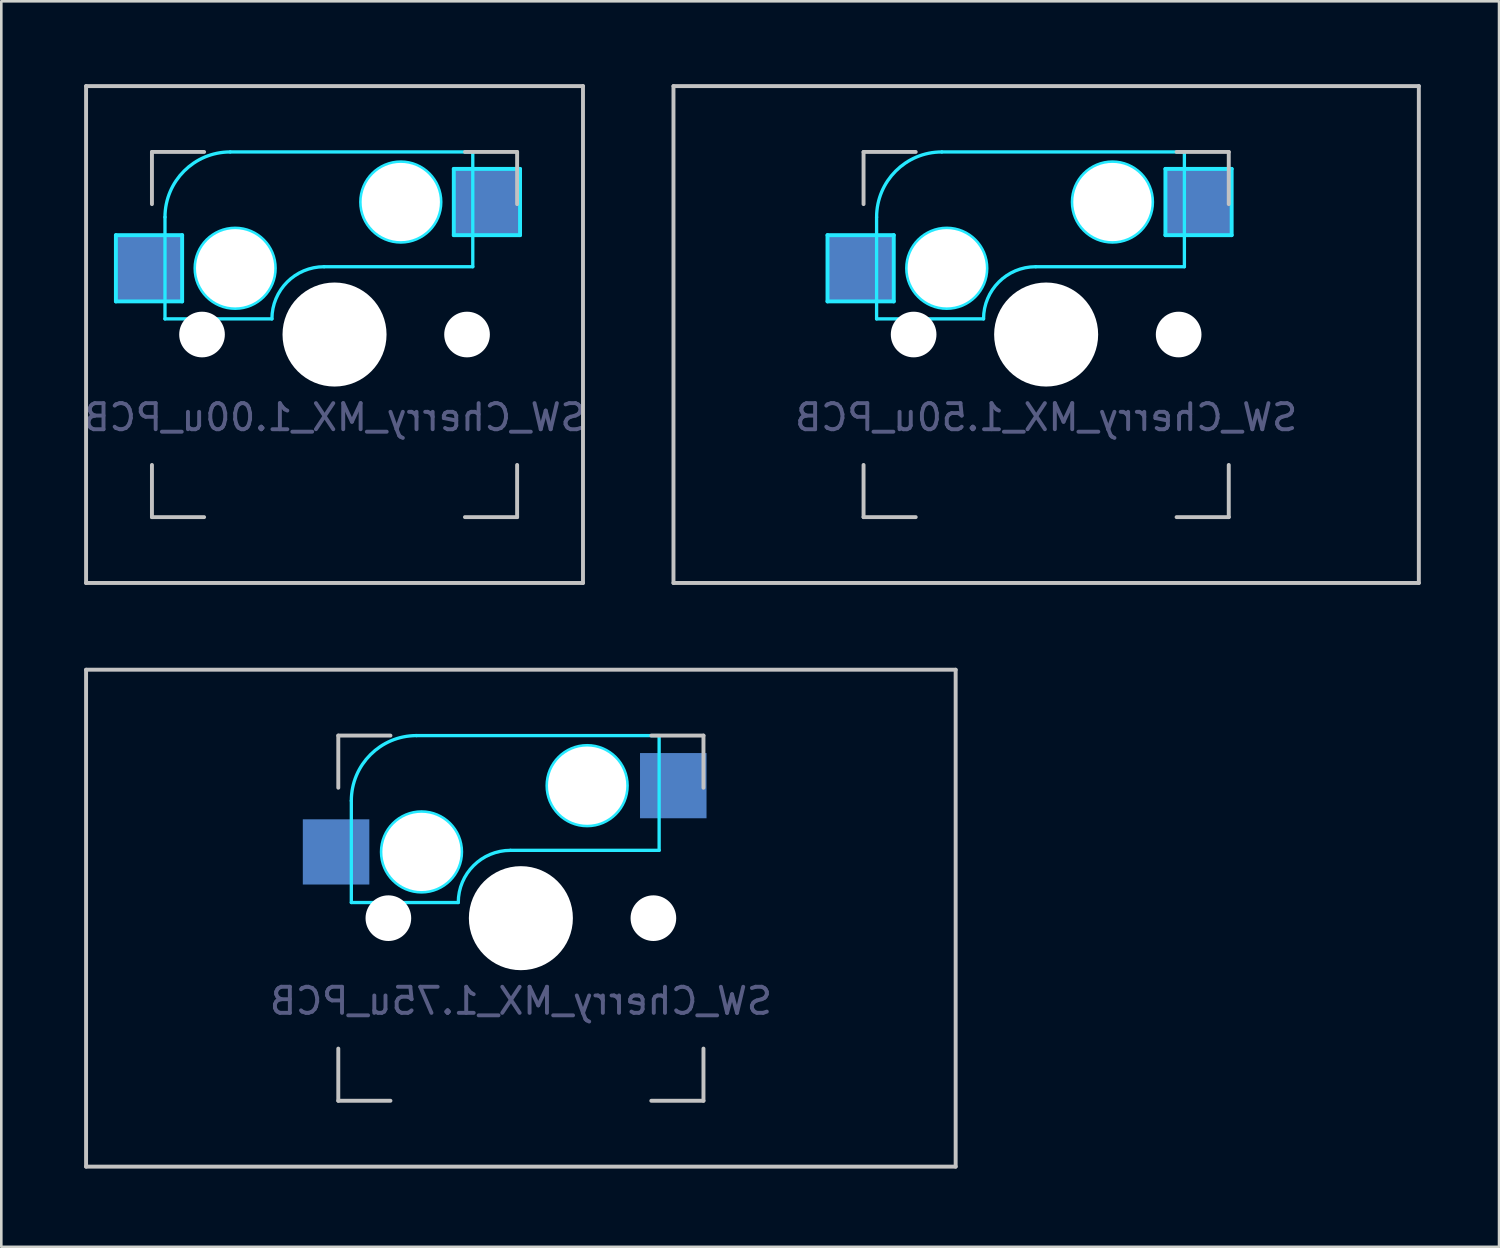
<source format=kicad_pcb>
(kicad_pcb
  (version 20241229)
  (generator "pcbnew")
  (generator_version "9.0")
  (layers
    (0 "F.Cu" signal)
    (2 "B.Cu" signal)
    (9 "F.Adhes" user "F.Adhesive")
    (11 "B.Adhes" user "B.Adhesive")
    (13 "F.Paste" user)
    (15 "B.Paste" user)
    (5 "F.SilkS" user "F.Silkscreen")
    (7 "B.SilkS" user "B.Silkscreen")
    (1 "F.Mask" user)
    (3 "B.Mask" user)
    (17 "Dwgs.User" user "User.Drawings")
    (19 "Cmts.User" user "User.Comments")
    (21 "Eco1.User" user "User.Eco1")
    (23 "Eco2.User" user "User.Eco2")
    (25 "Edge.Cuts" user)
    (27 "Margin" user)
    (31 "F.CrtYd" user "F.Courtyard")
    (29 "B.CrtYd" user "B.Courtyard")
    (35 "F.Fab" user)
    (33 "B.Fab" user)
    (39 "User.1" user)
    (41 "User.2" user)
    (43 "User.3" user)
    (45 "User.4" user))
  (footprint "SW_Cherry_MX_1.75u_PCB"
    (layer "F.Cu")
    (at 0.25 22.625)
    (property "Reference" "SW_Cherry_MX_1.75u_PCB" (at 16.669 12.7 0) (layer "B.Fab") (effects (font (size 1 1) (thickness 0.15)) (justify mirror)))
    (attr smd)
    (fp_line (start 0 0) (end 33.337 0) (stroke (width 0.15) (type solid)) (layer "Dwgs.User"))
    (fp_line (start 0 19.05) (end 0 0) (stroke (width 0.15) (type solid)) (layer "Dwgs.User"))
    (fp_line (start 9.669 2.525) (end 9.669 4.525) (stroke (width 0.15) (type solid)) (layer "Dwgs.User"))
    (fp_line (start 9.669 14.525) (end 9.669 16.525) (stroke (width 0.15) (type solid)) (layer "Dwgs.User"))
    (fp_line (start 9.669 16.525) (end 11.669 16.525) (stroke (width 0.15) (type solid)) (layer "Dwgs.User"))
    (fp_line (start 11.669 2.525) (end 9.669 2.525) (stroke (width 0.15) (type solid)) (layer "Dwgs.User"))
    (fp_line (start 21.669 2.525) (end 23.669 2.525) (stroke (width 0.15) (type solid)) (layer "Dwgs.User"))
    (fp_line (start 21.669 16.525) (end 23.669 16.525) (stroke (width 0.15) (type solid)) (layer "Dwgs.User"))
    (fp_line (start 23.669 2.525) (end 23.669 4.525) (stroke (width 0.15) (type solid)) (layer "Dwgs.User"))
    (fp_line (start 23.669 16.525) (end 23.669 14.525) (stroke (width 0.15) (type solid)) (layer "Dwgs.User"))
    (fp_line (start 33.337 0) (end 33.337 19.05) (stroke (width 0.15) (type solid)) (layer "Dwgs.User"))
    (fp_line (start 33.337 19.05) (end 0 19.05) (stroke (width 0.15) (type solid)) (layer "Dwgs.User"))
    (fp_line (start 10.169 5.025) (end 10.169 8.925) (stroke (width 0.127) (type solid)) (layer "B.CrtYd"))
    (fp_line (start 10.169 8.925) (end 14.269 8.925) (stroke (width 0.127) (type solid)) (layer "B.CrtYd"))
    (fp_line (start 16.269 6.925) (end 21.969 6.925) (stroke (width 0.127) (type solid)) (layer "B.CrtYd"))
    (fp_line (start 21.969 2.525) (end 12.669 2.525) (stroke (width 0.127) (type solid)) (layer "B.CrtYd"))
    (fp_line (start 21.969 2.525) (end 21.969 6.925) (stroke (width 0.127) (type solid)) (layer "B.CrtYd"))
    (fp_arc (start 10.16875 5.025) (mid 10.900983 3.257233) (end 12.66875 2.525) (stroke (width 0.127) (type solid)) (layer "B.CrtYd"))
    (fp_arc (start 14.26875 8.925) (mid 14.854536 7.510786) (end 16.26875 6.925) (stroke (width 0.127) (type solid)) (layer "B.CrtYd"))
    (fp_circle (center 12.859 6.985) (end 12.859 5.461) (stroke (width 0.15) (type solid)) (fill no) (layer "B.CrtYd"))
    (fp_circle (center 19.209 4.445) (end 19.209 2.921) (stroke (width 0.15) (type solid)) (fill no) (layer "B.CrtYd"))
    (pad "" np_thru_hole circle (at 11.589 9.525 48.1) (size 1.75 1.75) (drill 1.75) (layers "*.Cu" "*.Mask"))
    (pad "" np_thru_hole circle (at 12.859 6.985) (size 3 3) (drill 3) (layers "*.Cu" "*.Mask"))
    (pad "" np_thru_hole circle (at 16.669 9.525) (size 3.988 3.988) (drill 3.988) (layers "*.Cu" "*.Mask"))
    (pad "" np_thru_hole circle (at 19.209 4.445) (size 3 3) (drill 3) (layers "*.Cu" "*.Mask"))
    (pad "" np_thru_hole circle (at 21.749 9.525 48.1) (size 1.75 1.75) (drill 1.75) (layers "*.Cu" "*.Mask"))
    (pad "1" smd rect (at 9.584 6.985) (size 2.55 2.5) (layers "B.Cu" "B.Mask" "B.Paste"))
    (pad "2" smd rect (at 22.511 4.445) (size 2.55 2.5) (layers "B.Cu" "B.Mask" "B.Paste")))
  (footprint "SW_Cherry_MX_1.00u_PCB"
    (layer "F.Cu")
    (at 0.25 0.25)
    (property "Reference" "SW_Cherry_MX_1.00u_PCB" (at 9.525 12.7 0) (layer "B.Fab") (effects (font (size 1 1) (thickness 0.15)) (justify mirror)))
    (attr smd)
    (fp_line (start 0 0) (end 19.05 0) (stroke (width 0.15) (type solid)) (layer "Dwgs.User"))
    (fp_line (start 0 19.05) (end 0 0) (stroke (width 0.15) (type solid)) (layer "Dwgs.User"))
    (fp_line (start 2.525 2.525) (end 2.525 4.525) (stroke (width 0.15) (type solid)) (layer "Dwgs.User"))
    (fp_line (start 2.525 14.525) (end 2.525 16.525) (stroke (width 0.15) (type solid)) (layer "Dwgs.User"))
    (fp_line (start 2.525 16.525) (end 4.525 16.525) (stroke (width 0.15) (type solid)) (layer "Dwgs.User"))
    (fp_line (start 4.525 2.525) (end 2.525 2.525) (stroke (width 0.15) (type solid)) (layer "Dwgs.User"))
    (fp_line (start 14.525 2.525) (end 16.525 2.525) (stroke (width 0.15) (type solid)) (layer "Dwgs.User"))
    (fp_line (start 14.525 16.525) (end 16.525 16.525) (stroke (width 0.15) (type solid)) (layer "Dwgs.User"))
    (fp_line (start 16.525 2.525) (end 16.525 4.525) (stroke (width 0.15) (type solid)) (layer "Dwgs.User"))
    (fp_line (start 16.525 16.525) (end 16.525 14.525) (stroke (width 0.15) (type solid)) (layer "Dwgs.User"))
    (fp_line (start 19.05 0) (end 19.05 19.05) (stroke (width 0.15) (type solid)) (layer "Dwgs.User"))
    (fp_line (start 19.05 19.05) (end 0 19.05) (stroke (width 0.15) (type solid)) (layer "Dwgs.User"))
    (fp_line (start 1.143 5.715) (end 1.143 8.255) (stroke (width 0.15) (type solid)) (layer "B.CrtYd"))
    (fp_line (start 1.143 8.255) (end 3.683 8.255) (stroke (width 0.15) (type solid)) (layer "B.CrtYd"))
    (fp_line (start 3.025 5.025) (end 3.025 8.925) (stroke (width 0.127) (type solid)) (layer "B.CrtYd"))
    (fp_line (start 3.025 8.925) (end 7.125 8.925) (stroke (width 0.127) (type solid)) (layer "B.CrtYd"))
    (fp_line (start 3.683 5.715) (end 1.143 5.715) (stroke (width 0.15) (type solid)) (layer "B.CrtYd"))
    (fp_line (start 3.683 8.255) (end 3.683 5.715) (stroke (width 0.15) (type solid)) (layer "B.CrtYd"))
    (fp_line (start 9.125 6.925) (end 14.825 6.925) (stroke (width 0.127) (type solid)) (layer "B.CrtYd"))
    (fp_line (start 14.097 3.175) (end 16.637 3.175) (stroke (width 0.15) (type solid)) (layer "B.CrtYd"))
    (fp_line (start 14.097 5.715) (end 14.097 3.175) (stroke (width 0.15) (type solid)) (layer "B.CrtYd"))
    (fp_line (start 14.825 2.525) (end 5.525 2.525) (stroke (width 0.127) (type solid)) (layer "B.CrtYd"))
    (fp_line (start 14.825 2.525) (end 14.825 6.925) (stroke (width 0.127) (type solid)) (layer "B.CrtYd"))
    (fp_line (start 16.637 3.175) (end 16.637 5.715) (stroke (width 0.15) (type solid)) (layer "B.CrtYd"))
    (fp_line (start 16.637 5.715) (end 14.097 5.715) (stroke (width 0.15) (type solid)) (layer "B.CrtYd"))
    (fp_arc (start 3.025 5.025) (mid 3.757233 3.257233) (end 5.525 2.525) (stroke (width 0.127) (type solid)) (layer "B.CrtYd"))
    (fp_arc (start 7.125 8.925) (mid 7.710786 7.510786) (end 9.125 6.925) (stroke (width 0.127) (type solid)) (layer "B.CrtYd"))
    (fp_circle (center 5.715 6.985) (end 5.715 5.461) (stroke (width 0.15) (type solid)) (fill no) (layer "B.CrtYd"))
    (fp_circle (center 12.065 4.445) (end 12.065 2.921) (stroke (width 0.15) (type solid)) (fill no) (layer "B.CrtYd"))
    (pad "" np_thru_hole circle (at 4.445 9.525 48.1) (size 1.75 1.75) (drill 1.75) (layers "*.Cu" "*.Mask"))
    (pad "" np_thru_hole circle (at 5.715 6.985) (size 3 3) (drill 3) (layers "*.Cu" "*.Mask"))
    (pad "" np_thru_hole circle (at 9.525 9.525) (size 3.988 3.988) (drill 3.988) (layers "*.Cu" "*.Mask"))
    (pad "" np_thru_hole circle (at 12.065 4.445) (size 3 3) (drill 3) (layers "*.Cu" "*.Mask"))
    (pad "" np_thru_hole circle (at 14.605 9.525 48.1) (size 1.75 1.75) (drill 1.75) (layers "*.Cu" "*.Mask"))
    (pad "1" smd rect (at 2.44 6.985) (size 2.55 2.5) (layers "B.Cu" "B.Mask" "B.Paste"))
    (pad "2" smd rect (at 15.367 4.445) (size 2.55 2.5) (layers "B.Cu" "B.Mask" "B.Paste")))
  (footprint "SW_Cherry_MX_1.50u_PCB"
    (layer "F.Cu")
    (at 22.769 0.25)
    (property "Reference" "SW_Cherry_MX_1.50u_PCB" (at 14.287 12.7 0) (layer "B.Fab") (effects (font (size 1 1) (thickness 0.15)) (justify mirror)))
    (attr smd)
    (fp_line (start 0 0) (end 28.575 0) (stroke (width 0.15) (type solid)) (layer "Dwgs.User"))
    (fp_line (start 0 19.05) (end 0 0) (stroke (width 0.15) (type solid)) (layer "Dwgs.User"))
    (fp_line (start 7.287 2.525) (end 7.287 4.525) (stroke (width 0.15) (type solid)) (layer "Dwgs.User"))
    (fp_line (start 7.287 14.525) (end 7.287 16.525) (stroke (width 0.15) (type solid)) (layer "Dwgs.User"))
    (fp_line (start 7.287 16.525) (end 9.287 16.525) (stroke (width 0.15) (type solid)) (layer "Dwgs.User"))
    (fp_line (start 9.287 2.525) (end 7.287 2.525) (stroke (width 0.15) (type solid)) (layer "Dwgs.User"))
    (fp_line (start 19.288 2.525) (end 21.288 2.525) (stroke (width 0.15) (type solid)) (layer "Dwgs.User"))
    (fp_line (start 19.288 16.525) (end 21.288 16.525) (stroke (width 0.15) (type solid)) (layer "Dwgs.User"))
    (fp_line (start 21.288 2.525) (end 21.288 4.525) (stroke (width 0.15) (type solid)) (layer "Dwgs.User"))
    (fp_line (start 21.288 16.525) (end 21.288 14.525) (stroke (width 0.15) (type solid)) (layer "Dwgs.User"))
    (fp_line (start 28.575 0) (end 28.575 19.05) (stroke (width 0.15) (type solid)) (layer "Dwgs.User"))
    (fp_line (start 28.575 19.05) (end 0 19.05) (stroke (width 0.15) (type solid)) (layer "Dwgs.User"))
    (fp_line (start 5.905 5.715) (end 8.445 5.715) (stroke (width 0.15) (type solid)) (layer "B.CrtYd"))
    (fp_line (start 5.905 8.255) (end 5.905 5.715) (stroke (width 0.15) (type solid)) (layer "B.CrtYd"))
    (fp_line (start 7.787 5.025) (end 7.787 8.925) (stroke (width 0.127) (type solid)) (layer "B.CrtYd"))
    (fp_line (start 7.787 8.925) (end 11.887 8.925) (stroke (width 0.127) (type solid)) (layer "B.CrtYd"))
    (fp_line (start 8.445 5.715) (end 8.445 8.255) (stroke (width 0.15) (type solid)) (layer "B.CrtYd"))
    (fp_line (start 8.445 8.255) (end 5.905 8.255) (stroke (width 0.15) (type solid)) (layer "B.CrtYd"))
    (fp_line (start 13.887 6.925) (end 19.587 6.925) (stroke (width 0.127) (type solid)) (layer "B.CrtYd"))
    (fp_line (start 18.86 3.175) (end 21.399 3.175) (stroke (width 0.15) (type solid)) (layer "B.CrtYd"))
    (fp_line (start 18.86 5.715) (end 18.86 3.175) (stroke (width 0.15) (type solid)) (layer "B.CrtYd"))
    (fp_line (start 19.587 2.525) (end 10.287 2.525) (stroke (width 0.127) (type solid)) (layer "B.CrtYd"))
    (fp_line (start 19.587 2.525) (end 19.587 6.925) (stroke (width 0.127) (type solid)) (layer "B.CrtYd"))
    (fp_line (start 21.399 3.175) (end 21.399 5.715) (stroke (width 0.15) (type solid)) (layer "B.CrtYd"))
    (fp_line (start 21.399 5.715) (end 18.86 5.715) (stroke (width 0.15) (type solid)) (layer "B.CrtYd"))
    (fp_arc (start 7.7875 5.025) (mid 8.519733 3.257233) (end 10.2875 2.525) (stroke (width 0.127) (type solid)) (layer "B.CrtYd"))
    (fp_arc (start 11.8875 8.925) (mid 12.473286 7.510786) (end 13.8875 6.925) (stroke (width 0.127) (type solid)) (layer "B.CrtYd"))
    (fp_circle (center 10.477 6.985) (end 10.477 5.461) (stroke (width 0.15) (type solid)) (fill no) (layer "B.CrtYd"))
    (fp_circle (center 16.828 4.445) (end 16.828 2.921) (stroke (width 0.15) (type solid)) (fill no) (layer "B.CrtYd"))
    (pad "" np_thru_hole circle (at 9.207 9.525 48.1) (size 1.75 1.75) (drill 1.75) (layers "*.Cu" "*.Mask"))
    (pad "" np_thru_hole circle (at 10.477 6.985) (size 3 3) (drill 3) (layers "*.Cu" "*.Mask"))
    (pad "" np_thru_hole circle (at 14.287 9.525) (size 3.988 3.988) (drill 3.988) (layers "*.Cu" "*.Mask"))
    (pad "" np_thru_hole circle (at 16.828 4.445) (size 3 3) (drill 3) (layers "*.Cu" "*.Mask"))
    (pad "" np_thru_hole circle (at 19.367 9.525 48.1) (size 1.75 1.75) (drill 1.75) (layers "*.Cu" "*.Mask"))
    (pad "1" smd rect (at 7.202 6.985) (size 2.55 2.5) (layers "B.Cu" "B.Mask" "B.Paste"))
    (pad "2" smd rect (at 20.13 4.445) (size 2.55 2.5) (layers "B.Cu" "B.Mask" "B.Paste")))
  (gr_rect
    (start -3 -3)
    (end 54.419 44.75)
    (stroke (width 0.1) (type default))
    (fill no)
    (layer "Edge.Cuts")))
</source>
